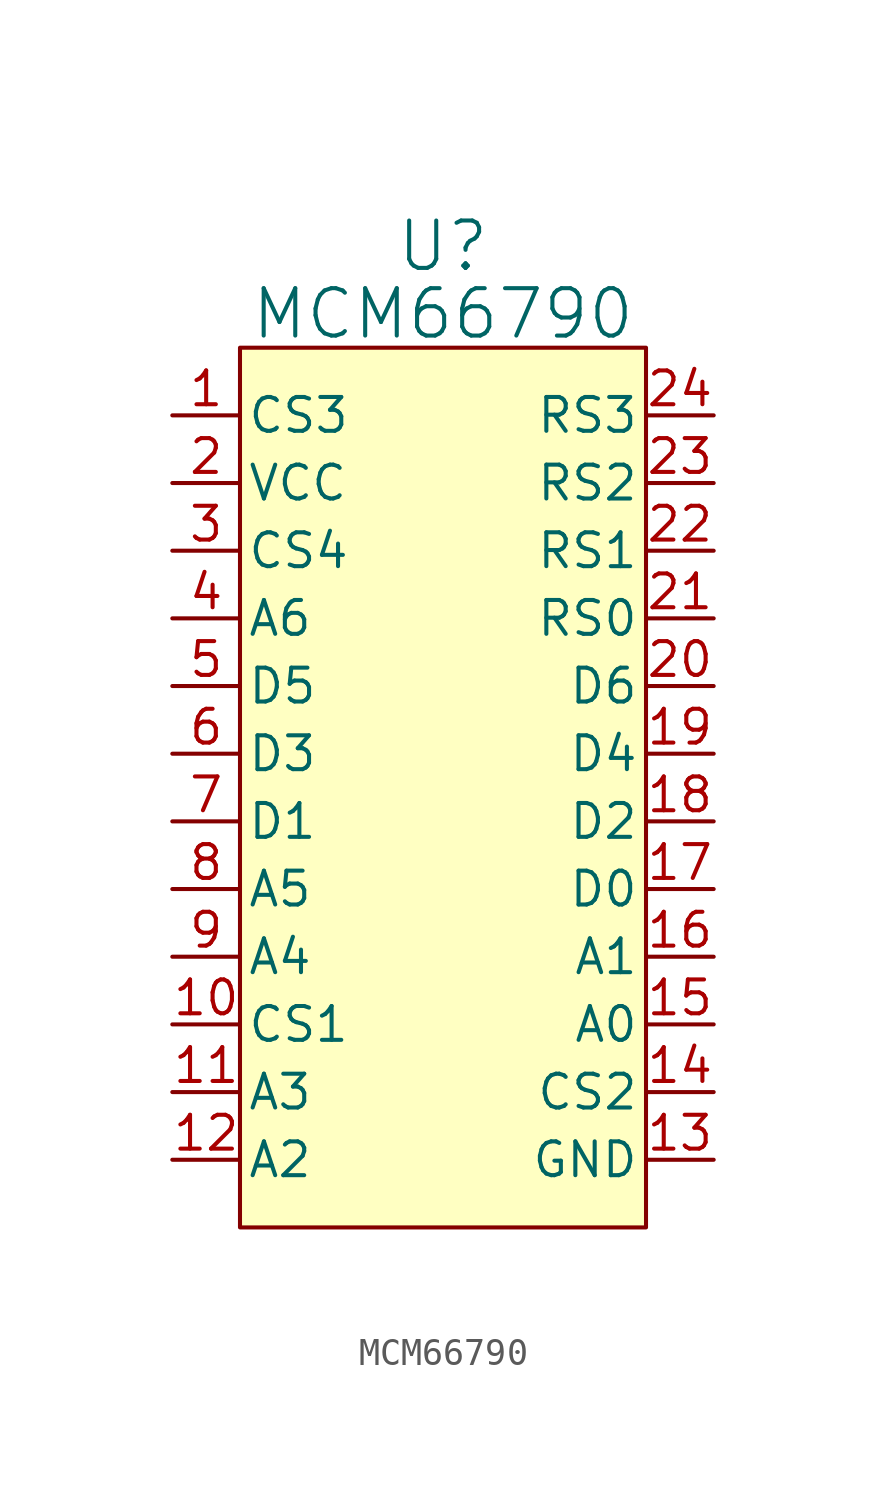
<source format=kicad_sym>
(kicad_symbol_lib
  (version 20220914)
  (generator kicad_symbol_editor)
  (symbol "MCM66790"
    (pin_names
      (offset 0.254))
    (property "Reference" "U"
      (at 0 20.32 0)
      (effects (font (size 1.778 1.778))))
    (property "Value" "MCM66790"
      (at 0 17.78 0)
      (effects (font (size 1.778 1.778))))
    (property "Footprint" ""
      (at 0 0 0)
      (effects (font (size 1.524 1.524))))
    (property "Datasheet" ""
      (at 0 0 0)
      (effects (font (size 1.524 1.524))))
    (symbol "MCM66790_1_0"
      (pin power_in line (at 10.16 -13.97 180) (length 2.54) (name "GND" (effects (font (size 1.27 1.27)))) (number "13" (effects (font (size 1.27 1.27)))))
      (pin power_in line (at -10.16 11.43 0) (length 2.54) (name "VCC" (effects (font (size 1.27 1.27)))) (number "2" (effects (font (size 1.27 1.27))))))
    (symbol "MCM66790_1_1"
      (rectangle (start -7.62 16.51) (end 7.62 -16.51) (stroke (width 0) (type solid)) (fill (type background)))
      (pin input line (at -10.16 13.97 0) (length 2.54) (name "CS3" (effects (font (size 1.27 1.27)))) (number "1" (effects (font (size 1.27 1.27)))))
      (pin input line (at -10.16 -8.89 0) (length 2.54) (name "CS1" (effects (font (size 1.27 1.27)))) (number "10" (effects (font (size 1.27 1.27)))))
      (pin input line (at -10.16 -11.43 0) (length 2.54) (name "A3" (effects (font (size 1.27 1.27)))) (number "11" (effects (font (size 1.27 1.27)))))
      (pin input line (at -10.16 -13.97 0) (length 2.54) (name "A2" (effects (font (size 1.27 1.27)))) (number "12" (effects (font (size 1.27 1.27)))))
      (pin input line (at 10.16 -11.43 180) (length 2.54) (name "CS2" (effects (font (size 1.27 1.27)))) (number "14" (effects (font (size 1.27 1.27)))))
      (pin tri_state line (at 10.16 -8.89 180) (length 2.54) (name "A0" (effects (font (size 1.27 1.27)))) (number "15" (effects (font (size 1.27 1.27)))))
      (pin tri_state line (at 10.16 -6.35 180) (length 2.54) (name "A1" (effects (font (size 1.27 1.27)))) (number "16" (effects (font (size 1.27 1.27)))))
      (pin output line (at 10.16 -3.81 180) (length 2.54) (name "D0" (effects (font (size 1.27 1.27)))) (number "17" (effects (font (size 1.27 1.27)))))
      (pin output line (at 10.16 -1.27 180) (length 2.54) (name "D2" (effects (font (size 1.27 1.27)))) (number "18" (effects (font (size 1.27 1.27)))))
      (pin output line (at 10.16 1.27 180) (length 2.54) (name "D4" (effects (font (size 1.27 1.27)))) (number "19" (effects (font (size 1.27 1.27)))))
      (pin output line (at 10.16 3.81 180) (length 2.54) (name "D6" (effects (font (size 1.27 1.27)))) (number "20" (effects (font (size 1.27 1.27)))))
      (pin input line (at 10.16 6.35 180) (length 2.54) (name "RS0" (effects (font (size 1.27 1.27)))) (number "21" (effects (font (size 1.27 1.27)))))
      (pin input line (at 10.16 8.89 180) (length 2.54) (name "RS1" (effects (font (size 1.27 1.27)))) (number "22" (effects (font (size 1.27 1.27)))))
      (pin input line (at 10.16 11.43 180) (length 2.54) (name "RS2" (effects (font (size 1.27 1.27)))) (number "23" (effects (font (size 1.27 1.27)))))
      (pin input line (at 10.16 13.97 180) (length 2.54) (name "RS3" (effects (font (size 1.27 1.27)))) (number "24" (effects (font (size 1.27 1.27)))))
      (pin input line (at -10.16 8.89 0) (length 2.54) (name "CS4" (effects (font (size 1.27 1.27)))) (number "3" (effects (font (size 1.27 1.27)))))
      (pin input line (at -10.16 6.35 0) (length 2.54) (name "A6" (effects (font (size 1.27 1.27)))) (number "4" (effects (font (size 1.27 1.27)))))
      (pin output line (at -10.16 3.81 0) (length 2.54) (name "D5" (effects (font (size 1.27 1.27)))) (number "5" (effects (font (size 1.27 1.27)))))
      (pin output line (at -10.16 1.27 0) (length 2.54) (name "D3" (effects (font (size 1.27 1.27)))) (number "6" (effects (font (size 1.27 1.27)))))
      (pin output line (at -10.16 -1.27 0) (length 2.54) (name "D1" (effects (font (size 1.27 1.27)))) (number "7" (effects (font (size 1.27 1.27)))))
      (pin input line (at -10.16 -3.81 0) (length 2.54) (name "A5" (effects (font (size 1.27 1.27)))) (number "8" (effects (font (size 1.27 1.27)))))
      (pin input line (at -10.16 -6.35 0) (length 2.54) (name "A4" (effects (font (size 1.27 1.27)))) (number "9" (effects (font (size 1.27 1.27))))))))
</source>
